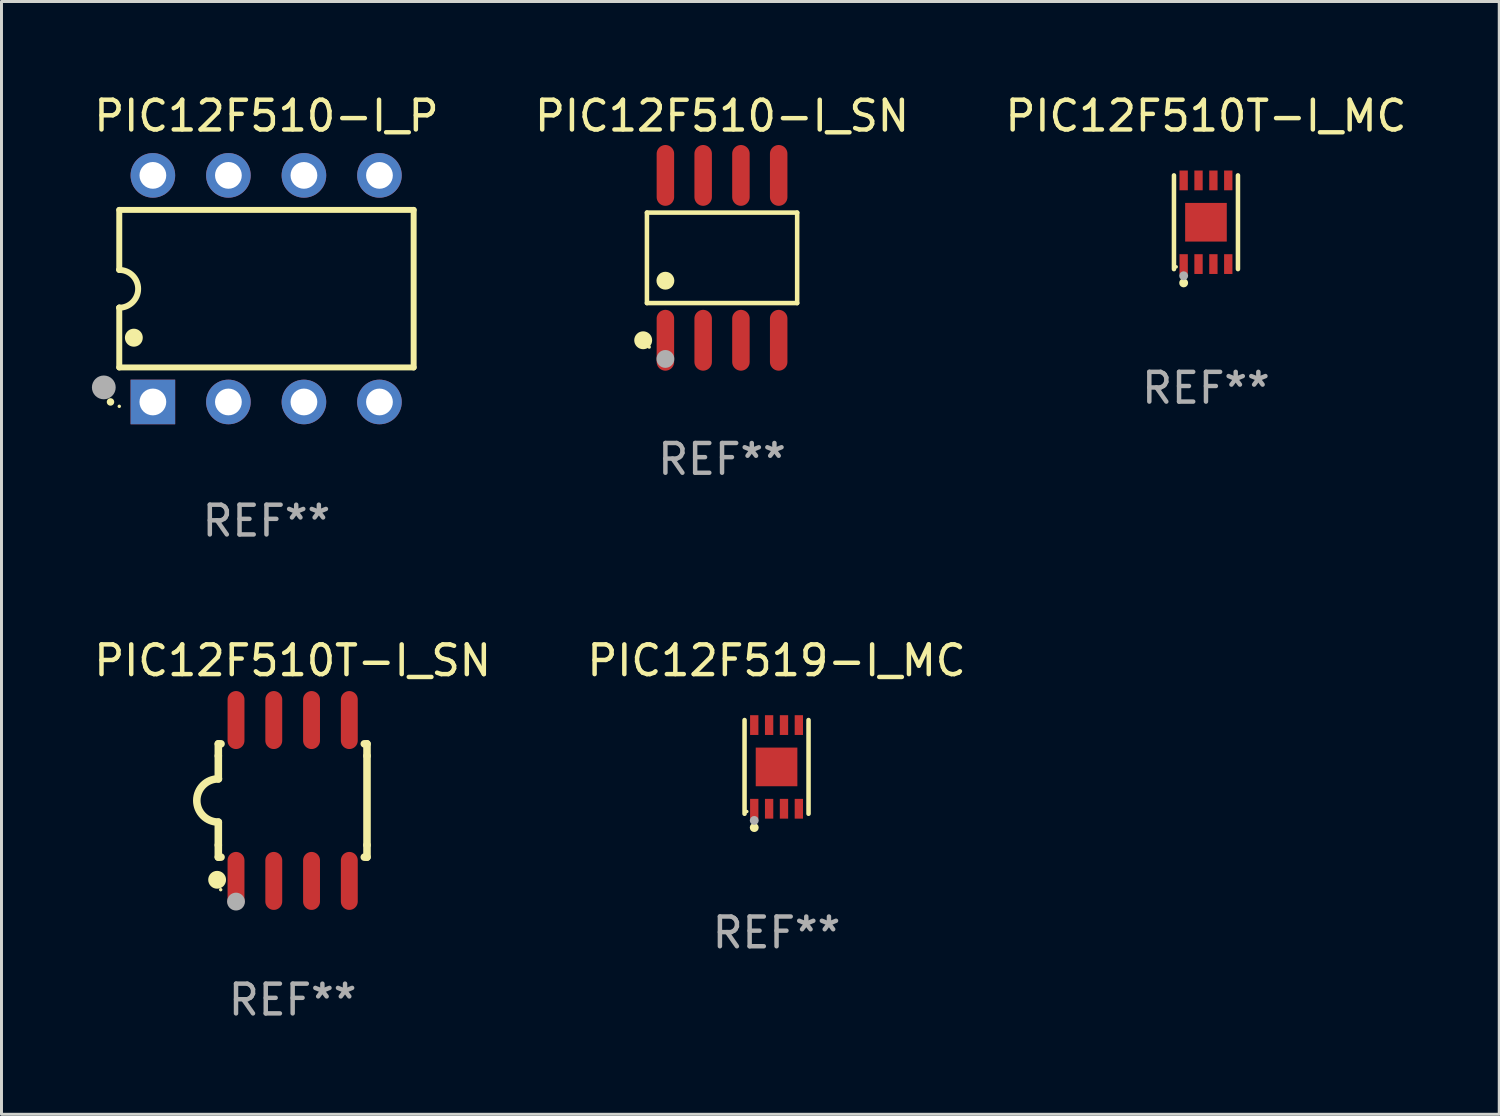
<source format=kicad_pcb>
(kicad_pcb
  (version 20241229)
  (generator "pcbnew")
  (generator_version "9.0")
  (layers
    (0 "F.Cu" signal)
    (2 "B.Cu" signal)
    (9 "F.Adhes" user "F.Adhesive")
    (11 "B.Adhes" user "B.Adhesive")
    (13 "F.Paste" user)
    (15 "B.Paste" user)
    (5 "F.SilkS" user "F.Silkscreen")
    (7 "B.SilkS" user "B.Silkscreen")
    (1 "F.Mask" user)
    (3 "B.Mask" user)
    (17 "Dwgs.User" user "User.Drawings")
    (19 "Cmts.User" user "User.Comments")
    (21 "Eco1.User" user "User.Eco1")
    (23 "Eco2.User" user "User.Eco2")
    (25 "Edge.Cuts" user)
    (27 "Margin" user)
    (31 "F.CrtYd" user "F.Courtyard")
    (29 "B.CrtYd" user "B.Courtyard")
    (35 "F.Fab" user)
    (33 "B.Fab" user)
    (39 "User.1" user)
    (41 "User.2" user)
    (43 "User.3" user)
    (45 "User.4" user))
  (footprint "PIC12F510-I_SN"
    (layer "F.Cu")
    (at 21.232 5.621)
    (property "Reference" "PIC12F510-I_SN" (at 0 -4.772 0) (layer "F.SilkS") (effects (font (size 1 1) (thickness 0.15))))
    (attr through_hole)
    (fp_line (start -2.526 -1.521) (end 2.526 -1.521) (stroke (width 0.152) (type solid)) (layer "F.SilkS"))
    (fp_line (start -2.526 1.521) (end -2.526 -1.521) (stroke (width 0.152) (type solid)) (layer "F.SilkS"))
    (fp_line (start 2.526 -1.521) (end 2.526 1.521) (stroke (width 0.152) (type solid)) (layer "F.SilkS"))
    (fp_line (start 2.526 1.521) (end -2.526 1.521) (stroke (width 0.152) (type solid)) (layer "F.SilkS"))
    (fp_circle (center -2.652 2.772) (end -2.501 2.772) (stroke (width 0.3) (type solid)) (fill no) (layer "F.SilkS"))
    (fp_circle (center -2.45 3) (end -2.42 3) (stroke (width 0.06) (type solid)) (fill no) (layer "F.SilkS"))
    (fp_circle (center -1.905 0.769) (end -1.755 0.769) (stroke (width 0.3) (type solid)) (fill no) (layer "F.SilkS"))
    (fp_circle (center -1.905 3.4) (end -1.755 3.4) (stroke (width 0.3) (type solid)) (fill no) (layer "F.Fab"))
    (fp_text user "REF**" (at 0 6.772 0) (layer "F.Fab") (effects (font (size 1 1) (thickness 0.15))))
    (pad "1" smd oval (at -1.905 2.772) (size 0.588 2.045) (layers "F.Cu" "F.Mask" "F.Paste"))
    (pad "2" smd oval (at -0.635 2.772) (size 0.588 2.045) (layers "F.Cu" "F.Mask" "F.Paste"))
    (pad "3" smd oval (at 0.635 2.772) (size 0.588 2.045) (layers "F.Cu" "F.Mask" "F.Paste"))
    (pad "4" smd oval (at 1.905 2.772) (size 0.588 2.045) (layers "F.Cu" "F.Mask" "F.Paste"))
    (pad "5" smd oval (at 1.905 -2.772) (size 0.588 2.045) (layers "F.Cu" "F.Mask" "F.Paste"))
    (pad "6" smd oval (at 0.635 -2.772) (size 0.588 2.045) (layers "F.Cu" "F.Mask" "F.Paste"))
    (pad "7" smd oval (at -0.635 -2.772) (size 0.588 2.045) (layers "F.Cu" "F.Mask" "F.Paste"))
    (pad "8" smd oval (at -1.905 -2.772) (size 0.588 2.045) (layers "F.Cu" "F.Mask" "F.Paste")))
  (footprint "PIC12F519-I_MC"
    (layer "F.Cu")
    (at 23.065 22.741)
    (property "Reference" "PIC12F519-I_MC" (at 0 -3.576 0) (layer "F.SilkS") (effects (font (size 1 1) (thickness 0.15))))
    (attr through_hole)
    (fp_line (start -1.076 1.576) (end -1.076 -1.576) (stroke (width 0.152) (type solid)) (layer "F.SilkS"))
    (fp_line (start 1.076 1.576) (end 1.076 -1.576) (stroke (width 0.152) (type solid)) (layer "F.SilkS"))
    (fp_circle (center -1 1.5) (end -0.97 1.5) (stroke (width 0.06) (type solid)) (fill no) (layer "F.SilkS"))
    (fp_circle (center -0.75 2.04) (end -0.675 2.04) (stroke (width 0.15) (type solid)) (fill no) (layer "F.SilkS"))
    (fp_circle (center -0.75 1.8) (end -0.675 1.8) (stroke (width 0.15) (type solid)) (fill no) (layer "F.Fab"))
    (fp_text user "REF**" (at 0 5.576 0) (layer "F.Fab") (effects (font (size 1 1) (thickness 0.15))))
    (pad "1" smd rect (at -0.75 1.407) (size 0.28 0.665) (layers "F.Cu" "F.Mask" "F.Paste"))
    (pad "2" smd rect (at -0.25 1.407) (size 0.28 0.665) (layers "F.Cu" "F.Mask" "F.Paste"))
    (pad "3" smd rect (at 0.25 1.407) (size 0.28 0.665) (layers "F.Cu" "F.Mask" "F.Paste"))
    (pad "4" smd rect (at 0.75 1.407) (size 0.28 0.665) (layers "F.Cu" "F.Mask" "F.Paste"))
    (pad "5" smd rect (at 0.75 -1.407) (size 0.28 0.665) (layers "F.Cu" "F.Mask" "F.Paste"))
    (pad "6" smd rect (at 0.25 -1.407) (size 0.28 0.665) (layers "F.Cu" "F.Mask" "F.Paste"))
    (pad "7" smd rect (at -0.25 -1.407) (size 0.28 0.665) (layers "F.Cu" "F.Mask" "F.Paste"))
    (pad "8" smd rect (at -0.75 -1.407) (size 0.28 0.665) (layers "F.Cu" "F.Mask" "F.Paste"))
    (pad "9" smd rect (at 0 0) (size 1.4 1.3) (layers "F.Cu" "F.Mask" "F.Paste")))
  (footprint "PIC12F510-I_P"
    (layer "F.Cu")
    (at 5.911 6.658)
    (property "Reference" "PIC12F510-I_P" (at 0 -5.81 0) (layer "F.SilkS") (effects (font (size 1 1) (thickness 0.15))))
    (attr through_hole)
    (fp_line (start -4.95 -2.649) (end 4.95 -2.649) (stroke (width 0.2) (type solid)) (layer "F.SilkS"))
    (fp_line (start -4.95 -0.635) (end -4.95 -2.649) (stroke (width 0.2) (type solid)) (layer "F.SilkS"))
    (fp_line (start -4.95 0.635) (end -4.95 0.64) (stroke (width 0.2) (type solid)) (layer "F.SilkS"))
    (fp_line (start -4.95 2.649) (end -4.95 0.635) (stroke (width 0.2) (type solid)) (layer "F.SilkS"))
    (fp_line (start -4.95 -0.64) (end -4.95 -0.635) (stroke (width 0.2) (type solid)) (layer "F.SilkS"))
    (fp_line (start 4.95 -2.649) (end 4.95 2.649) (stroke (width 0.2) (type solid)) (layer "F.SilkS"))
    (fp_line (start 4.95 2.649) (end -4.95 2.649) (stroke (width 0.2) (type solid)) (layer "F.SilkS"))
    (fp_arc (start -5.24511 3.810008) (mid -5.245117 3.808738) (end -5.24511 3.807468) (stroke (width 0.25) (type solid)) (layer "F.SilkS"))
    (fp_arc (start -4.950165 -0.629997) (mid -4.315164 0.005004) (end -4.950165 0.640005) (stroke (width 0.2) (type solid)) (layer "F.SilkS"))
    (fp_arc (start -4.460249 1.651003) (mid -4.46026 1.648463) (end -4.460249 1.645923) (stroke (width 0.6) (type solid)) (layer "F.SilkS"))
    (fp_circle (center -4.95 3.956) (end -4.92 3.956) (stroke (width 0.06) (type solid)) (fill no) (layer "F.SilkS"))
    (fp_circle (center -5.47 3.32) (end -5.27 3.32) (stroke (width 0.4) (type solid)) (fill no) (layer "F.Fab"))
    (fp_text user "REF**" (at 0 7.81 0) (layer "F.Fab") (effects (font (size 1 1) (thickness 0.15))))
    (pad "1" thru_hole rect (at -3.82 3.81) (size 1.5 1.5) (drill 0.9) (layers "*.Cu" "*.Mask"))
    (pad "2" thru_hole circle (at -1.28 3.81) (size 1.5 1.5) (drill 0.9) (layers "*.Cu" "*.Mask"))
    (pad "3" thru_hole circle (at 1.26 3.81) (size 1.5 1.5) (drill 0.9) (layers "*.Cu" "*.Mask"))
    (pad "4" thru_hole circle (at 3.8 3.81) (size 1.5 1.5) (drill 0.9) (layers "*.Cu" "*.Mask"))
    (pad "5" thru_hole circle (at 3.8 -3.81) (size 1.5 1.5) (drill 0.9) (layers "*.Cu" "*.Mask"))
    (pad "6" thru_hole circle (at 1.26 -3.81) (size 1.5 1.5) (drill 0.9) (layers "*.Cu" "*.Mask"))
    (pad "7" thru_hole circle (at -1.28 -3.81) (size 1.5 1.5) (drill 0.9) (layers "*.Cu" "*.Mask"))
    (pad "8" thru_hole circle (at -3.82 -3.81) (size 1.5 1.5) (drill 0.9) (layers "*.Cu" "*.Mask")))
  (footprint "PIC12F510T-I_SN"
    (layer "F.Cu")
    (at 6.792 23.87)
    (property "Reference" "PIC12F510T-I_SN" (at 0 -4.705 0) (layer "F.SilkS") (effects (font (size 1 1) (thickness 0.15))))
    (attr through_hole)
    (fp_line (start -2.5 -1.905) (end -2.409 -1.905) (stroke (width 0.254) (type solid)) (layer "F.SilkS"))
    (fp_line (start -2.5 -1.5) (end -2.5 -1.905) (stroke (width 0.254) (type solid)) (layer "F.SilkS"))
    (fp_line (start -2.5 -1.5) (end -2.5 -0.726) (stroke (width 0.254) (type solid)) (layer "F.SilkS"))
    (fp_line (start -2.5 1.5) (end -2.5 0.727) (stroke (width 0.254) (type solid)) (layer "F.SilkS"))
    (fp_line (start -2.5 1.5) (end -2.5 1.905) (stroke (width 0.254) (type solid)) (layer "F.SilkS"))
    (fp_line (start -2.5 1.905) (end -2.409 1.905) (stroke (width 0.254) (type solid)) (layer "F.SilkS"))
    (fp_line (start 2.5 -1.905) (end 2.409 -1.905) (stroke (width 0.254) (type solid)) (layer "F.SilkS"))
    (fp_line (start 2.5 -1.5) (end 2.5 -1.905) (stroke (width 0.254) (type solid)) (layer "F.SilkS"))
    (fp_line (start 2.5 -1.5) (end 2.5 1.5) (stroke (width 0.254) (type solid)) (layer "F.SilkS"))
    (fp_line (start 2.5 1.5) (end 2.5 1.905) (stroke (width 0.254) (type solid)) (layer "F.SilkS"))
    (fp_line (start 2.5 1.905) (end 2.409 1.905) (stroke (width 0.254) (type solid)) (layer "F.SilkS"))
    (fp_arc (start -2.5 0.726568) (mid -3.220316 -0.0023) (end -2.495097 -0.726289) (stroke (width 0.254001) (type solid)) (layer "F.SilkS"))
    (fp_circle (center -2.54 2.667) (end -2.39 2.667) (stroke (width 0.3) (type solid)) (fill no) (layer "F.SilkS"))
    (fp_circle (center -2.42 3) (end -2.39 3) (stroke (width 0.06) (type solid)) (fill no) (layer "F.SilkS"))
    (fp_circle (center -1.905 3.4) (end -1.755 3.4) (stroke (width 0.3) (type solid)) (fill no) (layer "F.Fab"))
    (fp_text user "REF**" (at 0 6.705 0) (layer "F.Fab") (effects (font (size 1 1) (thickness 0.15))))
    (pad "1" smd oval (at -1.905 2.705) (size 0.568 1.95) (layers "F.Cu" "F.Mask" "F.Paste"))
    (pad "2" smd oval (at -0.635 2.705) (size 0.568 1.95) (layers "F.Cu" "F.Mask" "F.Paste"))
    (pad "3" smd oval (at 0.635 2.705) (size 0.568 1.95) (layers "F.Cu" "F.Mask" "F.Paste"))
    (pad "4" smd oval (at 1.905 2.705) (size 0.568 1.95) (layers "F.Cu" "F.Mask" "F.Paste"))
    (pad "5" smd oval (at 1.905 -2.705) (size 0.568 1.95) (layers "F.Cu" "F.Mask" "F.Paste"))
    (pad "6" smd oval (at 0.635 -2.705) (size 0.568 1.95) (layers "F.Cu" "F.Mask" "F.Paste"))
    (pad "7" smd oval (at -0.635 -2.705) (size 0.568 1.95) (layers "F.Cu" "F.Mask" "F.Paste"))
    (pad "8" smd oval (at -1.905 -2.705) (size 0.568 1.95) (layers "F.Cu" "F.Mask" "F.Paste")))
  (footprint "PIC12F510T-I_MC"
    (layer "F.Cu")
    (at 37.506 4.424)
    (property "Reference" "PIC12F510T-I_MC" (at 0 -3.576 0) (layer "F.SilkS") (effects (font (size 1 1) (thickness 0.15))))
    (attr through_hole)
    (fp_line (start -1.076 1.576) (end -1.076 -1.576) (stroke (width 0.152) (type solid)) (layer "F.SilkS"))
    (fp_line (start 1.076 1.576) (end 1.076 -1.576) (stroke (width 0.152) (type solid)) (layer "F.SilkS"))
    (fp_circle (center -1 1.5) (end -0.97 1.5) (stroke (width 0.06) (type solid)) (fill no) (layer "F.SilkS"))
    (fp_circle (center -0.75 2.04) (end -0.675 2.04) (stroke (width 0.15) (type solid)) (fill no) (layer "F.SilkS"))
    (fp_circle (center -0.75 1.8) (end -0.675 1.8) (stroke (width 0.15) (type solid)) (fill no) (layer "F.Fab"))
    (fp_text user "REF**" (at 0 5.576 0) (layer "F.Fab") (effects (font (size 1 1) (thickness 0.15))))
    (pad "1" smd rect (at -0.75 1.407) (size 0.28 0.665) (layers "F.Cu" "F.Mask" "F.Paste"))
    (pad "2" smd rect (at -0.25 1.407) (size 0.28 0.665) (layers "F.Cu" "F.Mask" "F.Paste"))
    (pad "3" smd rect (at 0.25 1.407) (size 0.28 0.665) (layers "F.Cu" "F.Mask" "F.Paste"))
    (pad "4" smd rect (at 0.75 1.407) (size 0.28 0.665) (layers "F.Cu" "F.Mask" "F.Paste"))
    (pad "5" smd rect (at 0.75 -1.407) (size 0.28 0.665) (layers "F.Cu" "F.Mask" "F.Paste"))
    (pad "6" smd rect (at 0.25 -1.407) (size 0.28 0.665) (layers "F.Cu" "F.Mask" "F.Paste"))
    (pad "7" smd rect (at -0.25 -1.407) (size 0.28 0.665) (layers "F.Cu" "F.Mask" "F.Paste"))
    (pad "8" smd rect (at -0.75 -1.407) (size 0.28 0.665) (layers "F.Cu" "F.Mask" "F.Paste"))
    (pad "9" smd rect (at 0 0) (size 1.4 1.3) (layers "F.Cu" "F.Mask" "F.Paste")))
  (gr_rect
    (start -3 -3)
    (end 47.369 34.423)
    (stroke (width 0.1) (type default))
    (fill no)
    (layer "Edge.Cuts")))
</source>
